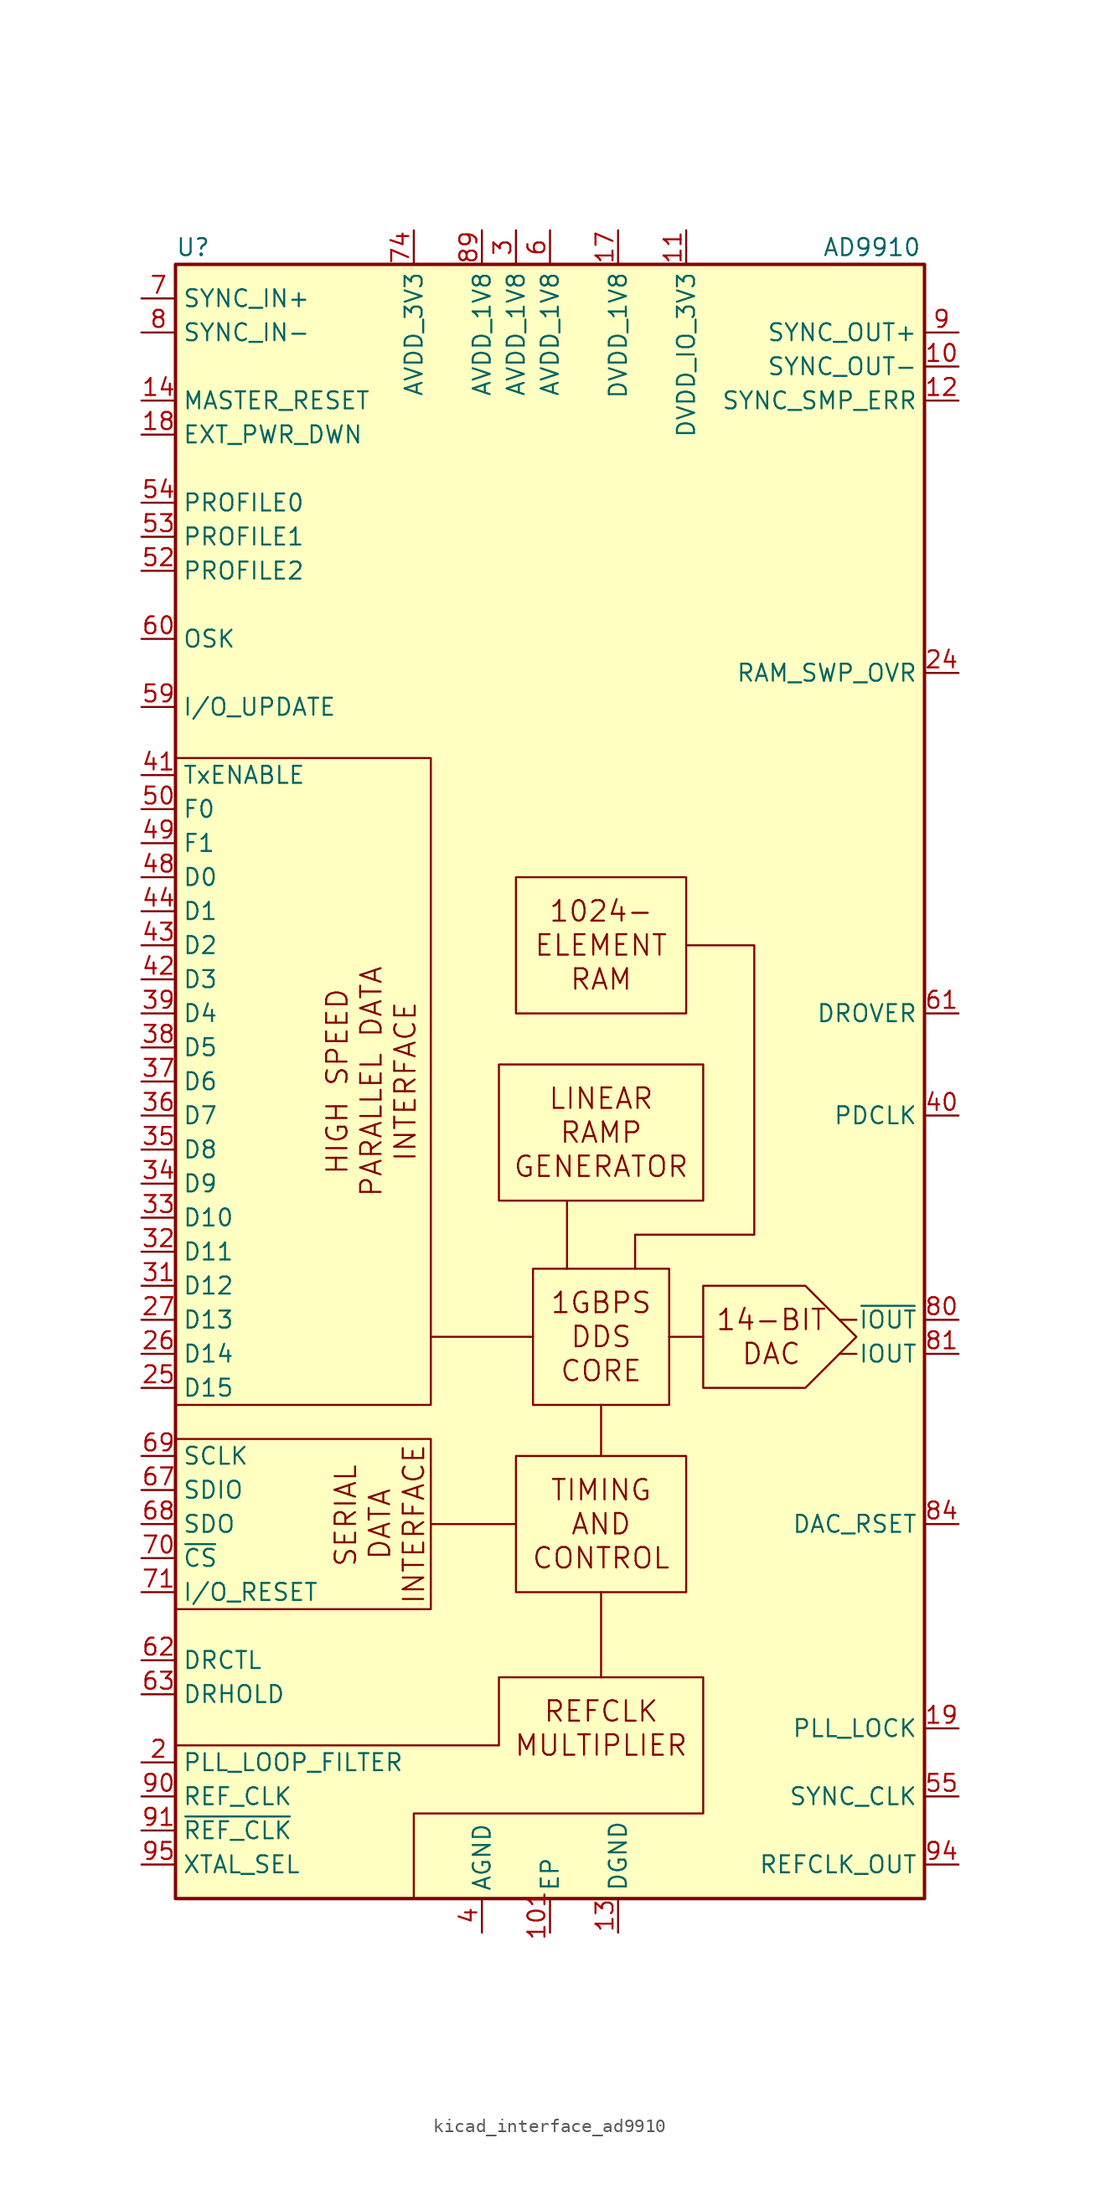
<source format=kicad_sym>
(kicad_symbol_lib
  (version 20220914)
  (generator kicad_symbol_editor)
  (symbol "kicad_interface_ad9910"
    (property "Reference" "U"
      (at -27.94 62.23 0)
      (effects (font (size 1.27 1.27)) (justify left)))
    (property "Value" "AD9910"
      (at 20.32 62.23 0)
      (effects (font (size 1.27 1.27)) (justify left)))
    (symbol "kicad_interface_ad9910_0_0"
      (rectangle (start -2.54 -27.94) (end 10.16 -38.1) (stroke (width 0) (type default)) (fill (type none)))
      (rectangle (start -2.54 15.24) (end 10.16 5.08) (stroke (width 0) (type default)) (fill (type none)))
      (polyline (pts (xy -2.54 -33.02) (xy -8.89 -33.02)) (stroke (width 0) (type default)) (fill (type none)))
      (polyline (pts (xy -1.27 -19.05) (xy -8.89 -19.05)) (stroke (width 0) (type default)) (fill (type none)))
      (polyline (pts (xy 1.27 -13.97) (xy 1.27 -8.89)) (stroke (width 0) (type default)) (fill (type none)))
      (polyline (pts (xy 3.81 -38.1) (xy 3.81 -44.45)) (stroke (width 0) (type default)) (fill (type none)))
      (polyline (pts (xy 3.81 -24.13) (xy 3.81 -27.94)) (stroke (width 0) (type default)) (fill (type none)))
      (polyline (pts (xy 11.43 -19.05) (xy 8.89 -19.05)) (stroke (width 0) (type default)) (fill (type none)))
      (polyline (pts (xy 21.59 -20.32) (xy 22.86 -20.32)) (stroke (width 0) (type default)) (fill (type none)))
      (polyline (pts (xy 22.86 -17.78) (xy 21.59 -17.78)) (stroke (width 0) (type default)) (fill (type none)))
      (polyline (pts (xy -27.94 -26.67) (xy -8.89 -26.67) (xy -8.89 -39.37) (xy -27.94 -39.37)) (stroke (width 0) (type default)) (fill (type none)))
      (polyline (pts (xy -27.94 24.13) (xy -8.89 24.13) (xy -8.89 -24.13) (xy -27.94 -24.13)) (stroke (width 0) (type default)) (fill (type none)))
      (polyline (pts (xy 10.16 10.16) (xy 15.24 10.16) (xy 15.24 -11.43) (xy 6.35 -11.43) (xy 6.35 -13.97)) (stroke (width 0) (type default)) (fill (type none)))
      (polyline (pts (xy 22.86 -19.05) (xy 19.05 -15.24) (xy 11.43 -15.24) (xy 11.43 -22.86) (xy 19.05 -22.86) (xy 22.86 -19.05)) (stroke (width 0) (type default)) (fill (type none)))
      (polyline (pts (xy -10.16 -60.96) (xy -10.16 -54.61) (xy 11.43 -54.61) (xy 11.43 -44.45) (xy -3.81 -44.45) (xy -3.81 -49.53) (xy -27.94 -49.53)) (stroke (width 0) (type default)) (fill (type none)))
      (rectangle (start 8.89 -13.97) (end -1.27 -24.13) (stroke (width 0) (type default)) (fill (type none)))
      (rectangle (start 11.43 -8.89) (end -3.81 1.27) (stroke (width 0) (type default)) (fill (type none)))
      (text "1024-" (at 3.81 12.7 0) (effects (font (size 1.524 1.524))))
      (text "1GBPS" (at 3.81 -16.51 0) (effects (font (size 1.524 1.524))))
      (text "AND" (at 3.81 -33.02 0) (effects (font (size 1.524 1.524))))
      (text "CONTROL" (at 3.81 -35.56 0) (effects (font (size 1.524 1.524))))
      (text "CORE" (at 3.81 -21.59 0) (effects (font (size 1.524 1.524))))
      (text "DAC" (at 16.51 -20.32 0) (effects (font (size 1.524 1.524))))
      (text "DATA" (at -12.7 -33.02 900) (effects (font (size 1.524 1.524))))
      (text "DDS" (at 3.81 -19.05 0) (effects (font (size 1.524 1.524))))
      (text "ELEMENT" (at 3.81 10.16 0) (effects (font (size 1.524 1.524))))
      (text "GENERATOR" (at 3.81 -6.35 0) (effects (font (size 1.524 1.524))))
      (text "HIGH SPEED" (at -15.875 0 900) (effects (font (size 1.524 1.524))))
      (text "INTERFACE" (at -10.795 0 900) (effects (font (size 1.524 1.524))))
      (text "INTERFACE" (at -10.16 -33.02 900) (effects (font (size 1.524 1.524))))
      (text "LINEAR" (at 3.81 -1.27 0) (effects (font (size 1.524 1.524))))
      (text "MULTIPLIER" (at 3.81 -49.53 0) (effects (font (size 1.524 1.524))))
      (text "PARALLEL DATA" (at -13.335 0 900) (effects (font (size 1.524 1.524))))
      (text "RAM" (at 3.81 7.62 0) (effects (font (size 1.524 1.524))))
      (text "RAMP" (at 3.81 -3.81 0) (effects (font (size 1.524 1.524))))
      (text "REFCLK" (at 3.81 -46.99 0) (effects (font (size 1.524 1.524))))
      (text "SERIAL" (at -15.24 -32.385 900) (effects (font (size 1.524 1.524))))
      (text "TIMING" (at 3.81 -30.48 0) (effects (font (size 1.524 1.524)))))
    (symbol "kicad_interface_ad9910_0_1"
      (rectangle (start -27.94 60.96) (end 27.94 -60.96) (stroke (width 0.254) (type default)) (fill (type background))))
    (symbol "kicad_interface_ad9910_1_0"
      (text "14-BIT" (at 16.51 -17.78 0) (effects (font (size 1.524 1.524)))))
    (symbol "kicad_interface_ad9910_1_1"
      (pin no_connect line (at 27.94 48.26 180) (length 2.54) hide (name "NC" (effects (font (size 1.27 1.27)))) (number "1" (effects (font (size 1.27 1.27)))))
      (pin output line (at 30.48 53.34 180) (length 2.54) (name "SYNC_OUT-" (effects (font (size 1.27 1.27)))) (number "10" (effects (font (size 1.27 1.27)))))
      (pin no_connect line (at 27.94 22.86 180) (length 2.54) hide (name "NC" (effects (font (size 1.27 1.27)))) (number "100" (effects (font (size 1.27 1.27)))))
      (pin power_in line (at 0 -63.5 90) (length 2.54) (name "EP" (effects (font (size 1.27 1.27)))) (number "101" (effects (font (size 1.27 1.27)))))
      (pin power_in line (at 10.16 63.5 270) (length 2.54) (name "DVDD_IO_3V3" (effects (font (size 1.27 1.27)))) (number "11" (effects (font (size 1.27 1.27)))))
      (pin output line (at 30.48 50.8 180) (length 2.54) (name "SYNC_SMP_ERR" (effects (font (size 1.27 1.27)))) (number "12" (effects (font (size 1.27 1.27)))))
      (pin power_in line (at 5.08 -63.5 90) (length 2.54) (name "DGND" (effects (font (size 1.27 1.27)))) (number "13" (effects (font (size 1.27 1.27)))))
      (pin input line (at -30.48 50.8 0) (length 2.54) (name "MASTER_RESET" (effects (font (size 1.27 1.27)))) (number "14" (effects (font (size 1.27 1.27)))))
      (pin passive line (at 10.16 63.5 270) (length 2.54) hide (name "DVDD_IO_3V3" (effects (font (size 1.27 1.27)))) (number "15" (effects (font (size 1.27 1.27)))))
      (pin passive line (at 5.08 -63.5 90) (length 2.54) hide (name "DGND" (effects (font (size 1.27 1.27)))) (number "16" (effects (font (size 1.27 1.27)))))
      (pin power_in line (at 5.08 63.5 270) (length 2.54) (name "DVDD_1V8" (effects (font (size 1.27 1.27)))) (number "17" (effects (font (size 1.27 1.27)))))
      (pin input line (at -30.48 48.26 0) (length 2.54) (name "EXT_PWR_DWN" (effects (font (size 1.27 1.27)))) (number "18" (effects (font (size 1.27 1.27)))))
      (pin output line (at 30.48 -48.26 180) (length 2.54) (name "PLL_LOCK" (effects (font (size 1.27 1.27)))) (number "19" (effects (font (size 1.27 1.27)))))
      (pin input line (at -30.48 -50.8 0) (length 2.54) (name "PLL_LOOP_FILTER" (effects (font (size 1.27 1.27)))) (number "2" (effects (font (size 1.27 1.27)))))
      (pin no_connect line (at 27.94 45.72 180) (length 2.54) hide (name "NC" (effects (font (size 1.27 1.27)))) (number "20" (effects (font (size 1.27 1.27)))))
      (pin passive line (at 10.16 63.5 270) (length 2.54) hide (name "DVDD_IO_3V3" (effects (font (size 1.27 1.27)))) (number "21" (effects (font (size 1.27 1.27)))))
      (pin passive line (at 5.08 -63.5 90) (length 2.54) hide (name "DGND" (effects (font (size 1.27 1.27)))) (number "22" (effects (font (size 1.27 1.27)))))
      (pin passive line (at 5.08 63.5 270) (length 2.54) hide (name "DVDD_1V8" (effects (font (size 1.27 1.27)))) (number "23" (effects (font (size 1.27 1.27)))))
      (pin output line (at 30.48 30.48 180) (length 2.54) (name "RAM_SWP_OVR" (effects (font (size 1.27 1.27)))) (number "24" (effects (font (size 1.27 1.27)))))
      (pin input line (at -30.48 -22.86 0) (length 2.54) (name "D15" (effects (font (size 1.27 1.27)))) (number "25" (effects (font (size 1.27 1.27)))))
      (pin input line (at -30.48 -20.32 0) (length 2.54) (name "D14" (effects (font (size 1.27 1.27)))) (number "26" (effects (font (size 1.27 1.27)))))
      (pin input line (at -30.48 -17.78 0) (length 2.54) (name "D13" (effects (font (size 1.27 1.27)))) (number "27" (effects (font (size 1.27 1.27)))))
      (pin passive line (at 10.16 63.5 270) (length 2.54) hide (name "DVDD_IO_3V3" (effects (font (size 1.27 1.27)))) (number "28" (effects (font (size 1.27 1.27)))))
      (pin passive line (at 5.08 -63.5 90) (length 2.54) hide (name "DGND" (effects (font (size 1.27 1.27)))) (number "29" (effects (font (size 1.27 1.27)))))
      (pin power_in line (at -2.54 63.5 270) (length 2.54) (name "AVDD_1V8" (effects (font (size 1.27 1.27)))) (number "3" (effects (font (size 1.27 1.27)))))
      (pin passive line (at 5.08 63.5 270) (length 2.54) hide (name "DVDD_1V8" (effects (font (size 1.27 1.27)))) (number "30" (effects (font (size 1.27 1.27)))))
      (pin input line (at -30.48 -15.24 0) (length 2.54) (name "D12" (effects (font (size 1.27 1.27)))) (number "31" (effects (font (size 1.27 1.27)))))
      (pin input line (at -30.48 -12.7 0) (length 2.54) (name "D11" (effects (font (size 1.27 1.27)))) (number "32" (effects (font (size 1.27 1.27)))))
      (pin input line (at -30.48 -10.16 0) (length 2.54) (name "D10" (effects (font (size 1.27 1.27)))) (number "33" (effects (font (size 1.27 1.27)))))
      (pin input line (at -30.48 -7.62 0) (length 2.54) (name "D9" (effects (font (size 1.27 1.27)))) (number "34" (effects (font (size 1.27 1.27)))))
      (pin input line (at -30.48 -5.08 0) (length 2.54) (name "D8" (effects (font (size 1.27 1.27)))) (number "35" (effects (font (size 1.27 1.27)))))
      (pin input line (at -30.48 -2.54 0) (length 2.54) (name "D7" (effects (font (size 1.27 1.27)))) (number "36" (effects (font (size 1.27 1.27)))))
      (pin input line (at -30.48 0 0) (length 2.54) (name "D6" (effects (font (size 1.27 1.27)))) (number "37" (effects (font (size 1.27 1.27)))))
      (pin input line (at -30.48 2.54 0) (length 2.54) (name "D5" (effects (font (size 1.27 1.27)))) (number "38" (effects (font (size 1.27 1.27)))))
      (pin input line (at -30.48 5.08 0) (length 2.54) (name "D4" (effects (font (size 1.27 1.27)))) (number "39" (effects (font (size 1.27 1.27)))))
      (pin power_in line (at -5.08 -63.5 90) (length 2.54) (name "AGND" (effects (font (size 1.27 1.27)))) (number "4" (effects (font (size 1.27 1.27)))))
      (pin output line (at 30.48 -2.54 180) (length 2.54) (name "PDCLK" (effects (font (size 1.27 1.27)))) (number "40" (effects (font (size 1.27 1.27)))))
      (pin input line (at -30.48 22.86 0) (length 2.54) (name "TxENABLE" (effects (font (size 1.27 1.27)))) (number "41" (effects (font (size 1.27 1.27)))))
      (pin input line (at -30.48 7.62 0) (length 2.54) (name "D3" (effects (font (size 1.27 1.27)))) (number "42" (effects (font (size 1.27 1.27)))))
      (pin input line (at -30.48 10.16 0) (length 2.54) (name "D2" (effects (font (size 1.27 1.27)))) (number "43" (effects (font (size 1.27 1.27)))))
      (pin input line (at -30.48 12.7 0) (length 2.54) (name "D1" (effects (font (size 1.27 1.27)))) (number "44" (effects (font (size 1.27 1.27)))))
      (pin passive line (at 10.16 63.5 270) (length 2.54) hide (name "DVDD_IO_3V3" (effects (font (size 1.27 1.27)))) (number "45" (effects (font (size 1.27 1.27)))))
      (pin passive line (at 5.08 -63.5 90) (length 2.54) hide (name "DGND" (effects (font (size 1.27 1.27)))) (number "46" (effects (font (size 1.27 1.27)))))
      (pin passive line (at 5.08 63.5 270) (length 2.54) hide (name "DVDD_1V8" (effects (font (size 1.27 1.27)))) (number "47" (effects (font (size 1.27 1.27)))))
      (pin input line (at -30.48 15.24 0) (length 2.54) (name "D0" (effects (font (size 1.27 1.27)))) (number "48" (effects (font (size 1.27 1.27)))))
      (pin input line (at -30.48 17.78 0) (length 2.54) (name "F1" (effects (font (size 1.27 1.27)))) (number "49" (effects (font (size 1.27 1.27)))))
      (pin passive line (at -5.08 -63.5 90) (length 2.54) hide (name "AGND" (effects (font (size 1.27 1.27)))) (number "5" (effects (font (size 1.27 1.27)))))
      (pin input line (at -30.48 20.32 0) (length 2.54) (name "F0" (effects (font (size 1.27 1.27)))) (number "50" (effects (font (size 1.27 1.27)))))
      (pin passive line (at 5.08 -63.5 90) (length 2.54) hide (name "DGND" (effects (font (size 1.27 1.27)))) (number "51" (effects (font (size 1.27 1.27)))))
      (pin input line (at -30.48 38.1 0) (length 2.54) (name "PROFILE2" (effects (font (size 1.27 1.27)))) (number "52" (effects (font (size 1.27 1.27)))))
      (pin input line (at -30.48 40.64 0) (length 2.54) (name "PROFILE1" (effects (font (size 1.27 1.27)))) (number "53" (effects (font (size 1.27 1.27)))))
      (pin input line (at -30.48 43.18 0) (length 2.54) (name "PROFILE0" (effects (font (size 1.27 1.27)))) (number "54" (effects (font (size 1.27 1.27)))))
      (pin output line (at 30.48 -53.34 180) (length 2.54) (name "SYNC_CLK" (effects (font (size 1.27 1.27)))) (number "55" (effects (font (size 1.27 1.27)))))
      (pin passive line (at 10.16 63.5 270) (length 2.54) hide (name "DVDD_IO_3V3" (effects (font (size 1.27 1.27)))) (number "56" (effects (font (size 1.27 1.27)))))
      (pin passive line (at 5.08 63.5 270) (length 2.54) hide (name "DVDD_1V8" (effects (font (size 1.27 1.27)))) (number "57" (effects (font (size 1.27 1.27)))))
      (pin passive line (at 5.08 -63.5 90) (length 2.54) hide (name "DGND" (effects (font (size 1.27 1.27)))) (number "58" (effects (font (size 1.27 1.27)))))
      (pin bidirectional line (at -30.48 27.94 0) (length 2.54) (name "I/O_UPDATE" (effects (font (size 1.27 1.27)))) (number "59" (effects (font (size 1.27 1.27)))))
      (pin power_in line (at 0 63.5 270) (length 2.54) (name "AVDD_1V8" (effects (font (size 1.27 1.27)))) (number "6" (effects (font (size 1.27 1.27)))))
      (pin input line (at -30.48 33.02 0) (length 2.54) (name "OSK" (effects (font (size 1.27 1.27)))) (number "60" (effects (font (size 1.27 1.27)))))
      (pin output line (at 30.48 5.08 180) (length 2.54) (name "DROVER" (effects (font (size 1.27 1.27)))) (number "61" (effects (font (size 1.27 1.27)))))
      (pin input line (at -30.48 -43.18 0) (length 2.54) (name "DRCTL" (effects (font (size 1.27 1.27)))) (number "62" (effects (font (size 1.27 1.27)))))
      (pin input line (at -30.48 -45.72 0) (length 2.54) (name "DRHOLD" (effects (font (size 1.27 1.27)))) (number "63" (effects (font (size 1.27 1.27)))))
      (pin passive line (at 5.08 63.5 270) (length 2.54) hide (name "DVDD_1V8" (effects (font (size 1.27 1.27)))) (number "64" (effects (font (size 1.27 1.27)))))
      (pin passive line (at 5.08 -63.5 90) (length 2.54) hide (name "DGND" (effects (font (size 1.27 1.27)))) (number "65" (effects (font (size 1.27 1.27)))))
      (pin passive line (at 10.16 63.5 270) (length 2.54) hide (name "DVDD_IO_3V3" (effects (font (size 1.27 1.27)))) (number "66" (effects (font (size 1.27 1.27)))))
      (pin bidirectional line (at -30.48 -30.48 0) (length 2.54) (name "SDIO" (effects (font (size 1.27 1.27)))) (number "67" (effects (font (size 1.27 1.27)))))
      (pin output line (at -30.48 -33.02 0) (length 2.54) (name "SDO" (effects (font (size 1.27 1.27)))) (number "68" (effects (font (size 1.27 1.27)))))
      (pin input line (at -30.48 -27.94 0) (length 2.54) (name "SCLK" (effects (font (size 1.27 1.27)))) (number "69" (effects (font (size 1.27 1.27)))))
      (pin input line (at -30.48 58.42 0) (length 2.54) (name "SYNC_IN+" (effects (font (size 1.27 1.27)))) (number "7" (effects (font (size 1.27 1.27)))))
      (pin input line (at -30.48 -35.56 0) (length 2.54) (name "~{CS}" (effects (font (size 1.27 1.27)))) (number "70" (effects (font (size 1.27 1.27)))))
      (pin input line (at -30.48 -38.1 0) (length 2.54) (name "I/O_RESET" (effects (font (size 1.27 1.27)))) (number "71" (effects (font (size 1.27 1.27)))))
      (pin no_connect line (at 27.94 43.18 180) (length 2.54) hide (name "NC" (effects (font (size 1.27 1.27)))) (number "72" (effects (font (size 1.27 1.27)))))
      (pin passive line (at -5.08 -63.5 90) (length 2.54) hide (name "AGND" (effects (font (size 1.27 1.27)))) (number "73" (effects (font (size 1.27 1.27)))))
      (pin power_in line (at -10.16 63.5 270) (length 2.54) (name "AVDD_3V3" (effects (font (size 1.27 1.27)))) (number "74" (effects (font (size 1.27 1.27)))))
      (pin passive line (at -10.16 63.5 270) (length 2.54) hide (name "AVDD_3V3" (effects (font (size 1.27 1.27)))) (number "75" (effects (font (size 1.27 1.27)))))
      (pin passive line (at -10.16 63.5 270) (length 2.54) hide (name "AVDD_3V3" (effects (font (size 1.27 1.27)))) (number "76" (effects (font (size 1.27 1.27)))))
      (pin passive line (at -10.16 63.5 270) (length 2.54) hide (name "AVDD_3V3" (effects (font (size 1.27 1.27)))) (number "77" (effects (font (size 1.27 1.27)))))
      (pin passive line (at -5.08 -63.5 90) (length 2.54) hide (name "AGND" (effects (font (size 1.27 1.27)))) (number "78" (effects (font (size 1.27 1.27)))))
      (pin passive line (at -5.08 -63.5 90) (length 2.54) hide (name "AGND" (effects (font (size 1.27 1.27)))) (number "79" (effects (font (size 1.27 1.27)))))
      (pin input line (at -30.48 55.88 0) (length 2.54) (name "SYNC_IN-" (effects (font (size 1.27 1.27)))) (number "8" (effects (font (size 1.27 1.27)))))
      (pin output line (at 30.48 -17.78 180) (length 2.54) (name "~{IOUT}" (effects (font (size 1.27 1.27)))) (number "80" (effects (font (size 1.27 1.27)))))
      (pin output line (at 30.48 -20.32 180) (length 2.54) (name "IOUT" (effects (font (size 1.27 1.27)))) (number "81" (effects (font (size 1.27 1.27)))))
      (pin passive line (at -5.08 -63.5 90) (length 2.54) hide (name "AGND" (effects (font (size 1.27 1.27)))) (number "82" (effects (font (size 1.27 1.27)))))
      (pin passive line (at -10.16 63.5 270) (length 2.54) hide (name "AVDD_3V3" (effects (font (size 1.27 1.27)))) (number "83" (effects (font (size 1.27 1.27)))))
      (pin output line (at 30.48 -33.02 180) (length 2.54) (name "DAC_RSET" (effects (font (size 1.27 1.27)))) (number "84" (effects (font (size 1.27 1.27)))))
      (pin passive line (at -5.08 -63.5 90) (length 2.54) hide (name "AGND" (effects (font (size 1.27 1.27)))) (number "85" (effects (font (size 1.27 1.27)))))
      (pin no_connect line (at 27.94 40.64 180) (length 2.54) hide (name "NC" (effects (font (size 1.27 1.27)))) (number "86" (effects (font (size 1.27 1.27)))))
      (pin no_connect line (at 27.94 38.1 180) (length 2.54) hide (name "NC" (effects (font (size 1.27 1.27)))) (number "87" (effects (font (size 1.27 1.27)))))
      (pin passive line (at -5.08 -63.5 90) (length 2.54) hide (name "AGND" (effects (font (size 1.27 1.27)))) (number "88" (effects (font (size 1.27 1.27)))))
      (pin power_in line (at -5.08 63.5 270) (length 2.54) (name "AVDD_1V8" (effects (font (size 1.27 1.27)))) (number "89" (effects (font (size 1.27 1.27)))))
      (pin output line (at 30.48 55.88 180) (length 2.54) (name "SYNC_OUT+" (effects (font (size 1.27 1.27)))) (number "9" (effects (font (size 1.27 1.27)))))
      (pin input line (at -30.48 -53.34 0) (length 2.54) (name "REF_CLK" (effects (font (size 1.27 1.27)))) (number "90" (effects (font (size 1.27 1.27)))))
      (pin input line (at -30.48 -55.88 0) (length 2.54) (name "~{REF_CLK}" (effects (font (size 1.27 1.27)))) (number "91" (effects (font (size 1.27 1.27)))))
      (pin passive line (at -5.08 63.5 270) (length 2.54) hide (name "AVDD_1V8" (effects (font (size 1.27 1.27)))) (number "92" (effects (font (size 1.27 1.27)))))
      (pin no_connect line (at 27.94 35.56 180) (length 2.54) hide (name "NC" (effects (font (size 1.27 1.27)))) (number "93" (effects (font (size 1.27 1.27)))))
      (pin output line (at 30.48 -58.42 180) (length 2.54) (name "REFCLK_OUT" (effects (font (size 1.27 1.27)))) (number "94" (effects (font (size 1.27 1.27)))))
      (pin input line (at -30.48 -58.42 0) (length 2.54) (name "XTAL_SEL" (effects (font (size 1.27 1.27)))) (number "95" (effects (font (size 1.27 1.27)))))
      (pin passive line (at -5.08 -63.5 90) (length 2.54) hide (name "AGND" (effects (font (size 1.27 1.27)))) (number "96" (effects (font (size 1.27 1.27)))))
      (pin no_connect line (at 27.94 33.02 180) (length 2.54) hide (name "NC" (effects (font (size 1.27 1.27)))) (number "97" (effects (font (size 1.27 1.27)))))
      (pin no_connect line (at 27.94 27.94 180) (length 2.54) hide (name "NC" (effects (font (size 1.27 1.27)))) (number "98" (effects (font (size 1.27 1.27)))))
      (pin no_connect line (at 27.94 25.4 180) (length 2.54) hide (name "NC" (effects (font (size 1.27 1.27)))) (number "99" (effects (font (size 1.27 1.27))))))))
</source>
